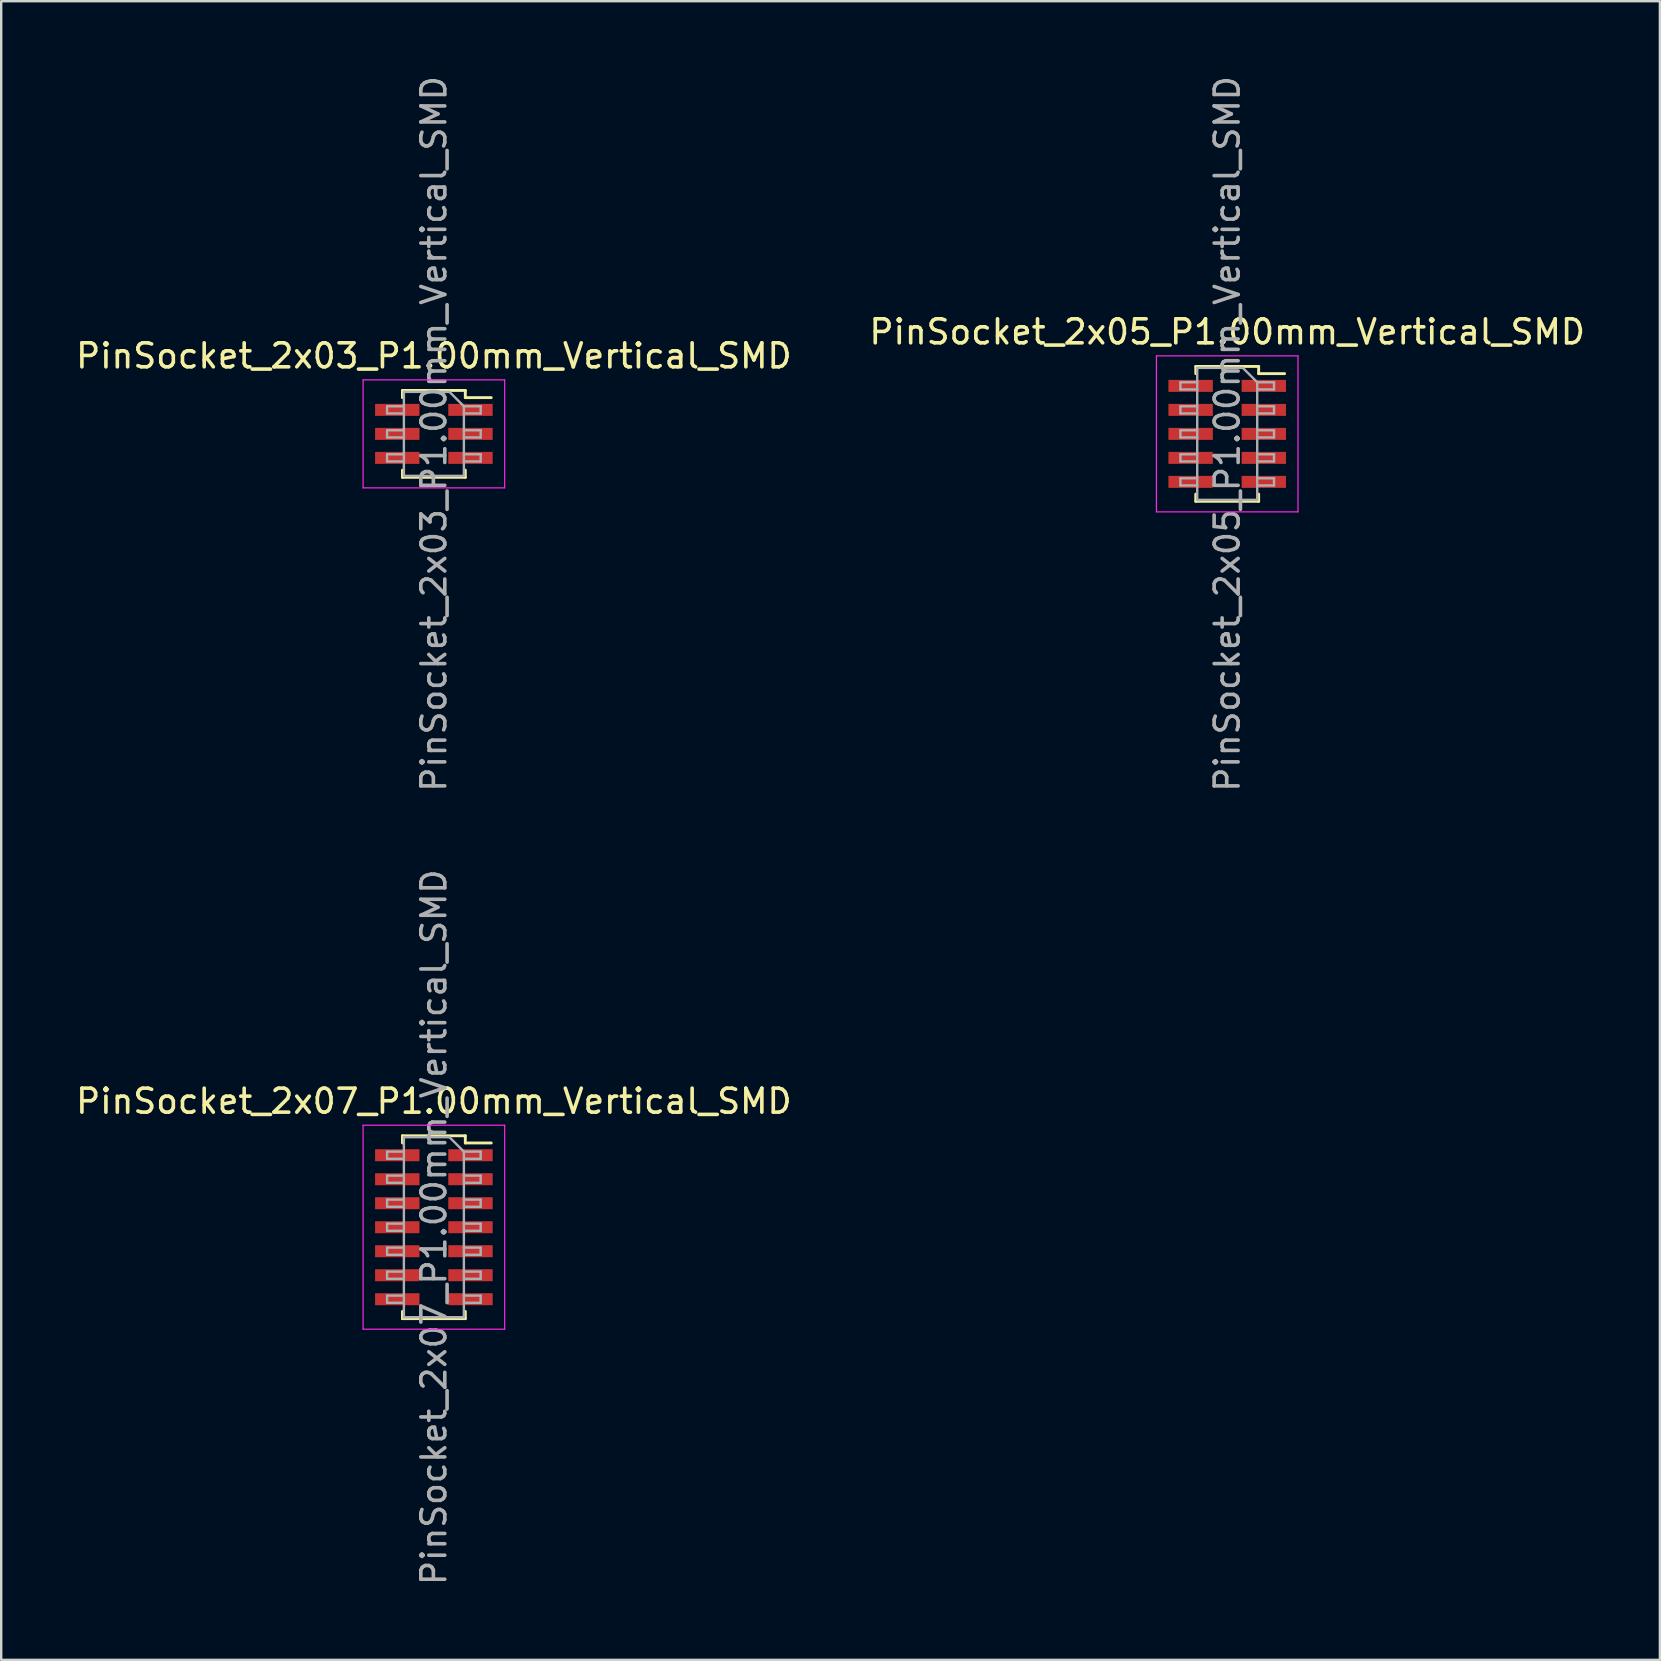
<source format=kicad_pcb>
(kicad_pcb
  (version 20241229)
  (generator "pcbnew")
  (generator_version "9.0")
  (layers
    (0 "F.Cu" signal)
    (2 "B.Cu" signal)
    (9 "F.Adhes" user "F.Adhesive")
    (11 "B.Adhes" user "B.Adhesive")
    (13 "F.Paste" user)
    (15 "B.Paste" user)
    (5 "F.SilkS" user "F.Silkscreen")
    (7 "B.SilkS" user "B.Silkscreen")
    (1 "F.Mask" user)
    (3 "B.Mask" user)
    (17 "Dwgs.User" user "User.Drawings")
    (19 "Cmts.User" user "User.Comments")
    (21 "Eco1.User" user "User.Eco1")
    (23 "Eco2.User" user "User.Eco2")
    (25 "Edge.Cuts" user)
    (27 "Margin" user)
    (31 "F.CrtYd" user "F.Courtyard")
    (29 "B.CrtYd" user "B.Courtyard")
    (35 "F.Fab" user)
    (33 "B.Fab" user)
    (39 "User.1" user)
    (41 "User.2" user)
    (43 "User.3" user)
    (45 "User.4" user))
  (footprint "PinSocket_2x07_P1.00mm_Vertical_SMD"
    (layer "F.Cu")
    (at 15.03 48.089)
    (property "Reference" "PinSocket_2x07_P1.00mm_Vertical_SMD" (at 0 -5.25 0) (layer "F.SilkS") (effects (font (size 1 1) (thickness 0.15))))
    (attr smd)
    (fp_line (start -1.31 -3.81) (end -1.31 -3.51) (stroke (width 0.12) (type solid)) (layer "F.SilkS"))
    (fp_line (start -1.31 -3.81) (end 1.31 -3.81) (stroke (width 0.12) (type solid)) (layer "F.SilkS"))
    (fp_line (start -1.31 3.51) (end -1.31 3.81) (stroke (width 0.12) (type solid)) (layer "F.SilkS"))
    (fp_line (start -1.31 3.81) (end 1.31 3.81) (stroke (width 0.12) (type solid)) (layer "F.SilkS"))
    (fp_line (start 1.31 -3.81) (end 1.31 -3.51) (stroke (width 0.12) (type solid)) (layer "F.SilkS"))
    (fp_line (start 1.31 -3.51) (end 2.39 -3.51) (stroke (width 0.12) (type solid)) (layer "F.SilkS"))
    (fp_line (start 1.31 3.51) (end 1.31 3.81) (stroke (width 0.12) (type solid)) (layer "F.SilkS"))
    (fp_line (start -2.95 -4.25) (end 2.95 -4.25) (stroke (width 0.05) (type solid)) (layer "F.CrtYd"))
    (fp_line (start -2.95 4.25) (end -2.95 -4.25) (stroke (width 0.05) (type solid)) (layer "F.CrtYd"))
    (fp_line (start 2.95 -4.25) (end 2.95 4.25) (stroke (width 0.05) (type solid)) (layer "F.CrtYd"))
    (fp_line (start 2.95 4.25) (end -2.95 4.25) (stroke (width 0.05) (type solid)) (layer "F.CrtYd"))
    (fp_line (start -1.95 -3.15) (end -1.25 -3.15) (stroke (width 0.1) (type solid)) (layer "F.Fab"))
    (fp_line (start -1.95 -2.85) (end -1.95 -3.15) (stroke (width 0.1) (type solid)) (layer "F.Fab"))
    (fp_line (start -1.95 -2.15) (end -1.25 -2.15) (stroke (width 0.1) (type solid)) (layer "F.Fab"))
    (fp_line (start -1.95 -1.85) (end -1.95 -2.15) (stroke (width 0.1) (type solid)) (layer "F.Fab"))
    (fp_line (start -1.95 -1.15) (end -1.25 -1.15) (stroke (width 0.1) (type solid)) (layer "F.Fab"))
    (fp_line (start -1.95 -0.85) (end -1.95 -1.15) (stroke (width 0.1) (type solid)) (layer "F.Fab"))
    (fp_line (start -1.95 -0.15) (end -1.25 -0.15) (stroke (width 0.1) (type solid)) (layer "F.Fab"))
    (fp_line (start -1.95 0.15) (end -1.95 -0.15) (stroke (width 0.1) (type solid)) (layer "F.Fab"))
    (fp_line (start -1.95 0.85) (end -1.25 0.85) (stroke (width 0.1) (type solid)) (layer "F.Fab"))
    (fp_line (start -1.95 1.15) (end -1.95 0.85) (stroke (width 0.1) (type solid)) (layer "F.Fab"))
    (fp_line (start -1.95 1.85) (end -1.25 1.85) (stroke (width 0.1) (type solid)) (layer "F.Fab"))
    (fp_line (start -1.95 2.15) (end -1.95 1.85) (stroke (width 0.1) (type solid)) (layer "F.Fab"))
    (fp_line (start -1.95 2.85) (end -1.25 2.85) (stroke (width 0.1) (type solid)) (layer "F.Fab"))
    (fp_line (start -1.95 3.15) (end -1.95 2.85) (stroke (width 0.1) (type solid)) (layer "F.Fab"))
    (fp_line (start -1.25 -3.75) (end 0.65 -3.75) (stroke (width 0.1) (type solid)) (layer "F.Fab"))
    (fp_line (start -1.25 -2.85) (end -1.95 -2.85) (stroke (width 0.1) (type solid)) (layer "F.Fab"))
    (fp_line (start -1.25 -1.85) (end -1.95 -1.85) (stroke (width 0.1) (type solid)) (layer "F.Fab"))
    (fp_line (start -1.25 -0.85) (end -1.95 -0.85) (stroke (width 0.1) (type solid)) (layer "F.Fab"))
    (fp_line (start -1.25 0.15) (end -1.95 0.15) (stroke (width 0.1) (type solid)) (layer "F.Fab"))
    (fp_line (start -1.25 1.15) (end -1.95 1.15) (stroke (width 0.1) (type solid)) (layer "F.Fab"))
    (fp_line (start -1.25 2.15) (end -1.95 2.15) (stroke (width 0.1) (type solid)) (layer "F.Fab"))
    (fp_line (start -1.25 3.15) (end -1.95 3.15) (stroke (width 0.1) (type solid)) (layer "F.Fab"))
    (fp_line (start -1.25 3.75) (end -1.25 -3.75) (stroke (width 0.1) (type solid)) (layer "F.Fab"))
    (fp_line (start 0.65 -3.75) (end 1.25 -3.15) (stroke (width 0.1) (type solid)) (layer "F.Fab"))
    (fp_line (start 1.25 -3.15) (end 1.25 3.75) (stroke (width 0.1) (type solid)) (layer "F.Fab"))
    (fp_line (start 1.25 -3.15) (end 1.95 -3.15) (stroke (width 0.1) (type solid)) (layer "F.Fab"))
    (fp_line (start 1.25 -2.15) (end 1.95 -2.15) (stroke (width 0.1) (type solid)) (layer "F.Fab"))
    (fp_line (start 1.25 -1.15) (end 1.95 -1.15) (stroke (width 0.1) (type solid)) (layer "F.Fab"))
    (fp_line (start 1.25 -0.15) (end 1.95 -0.15) (stroke (width 0.1) (type solid)) (layer "F.Fab"))
    (fp_line (start 1.25 0.85) (end 1.95 0.85) (stroke (width 0.1) (type solid)) (layer "F.Fab"))
    (fp_line (start 1.25 1.85) (end 1.95 1.85) (stroke (width 0.1) (type solid)) (layer "F.Fab"))
    (fp_line (start 1.25 2.85) (end 1.95 2.85) (stroke (width 0.1) (type solid)) (layer "F.Fab"))
    (fp_line (start 1.25 3.75) (end -1.25 3.75) (stroke (width 0.1) (type solid)) (layer "F.Fab"))
    (fp_line (start 1.95 -3.15) (end 1.95 -2.85) (stroke (width 0.1) (type solid)) (layer "F.Fab"))
    (fp_line (start 1.95 -2.85) (end 1.25 -2.85) (stroke (width 0.1) (type solid)) (layer "F.Fab"))
    (fp_line (start 1.95 -2.15) (end 1.95 -1.85) (stroke (width 0.1) (type solid)) (layer "F.Fab"))
    (fp_line (start 1.95 -1.85) (end 1.25 -1.85) (stroke (width 0.1) (type solid)) (layer "F.Fab"))
    (fp_line (start 1.95 -1.15) (end 1.95 -0.85) (stroke (width 0.1) (type solid)) (layer "F.Fab"))
    (fp_line (start 1.95 -0.85) (end 1.25 -0.85) (stroke (width 0.1) (type solid)) (layer "F.Fab"))
    (fp_line (start 1.95 -0.15) (end 1.95 0.15) (stroke (width 0.1) (type solid)) (layer "F.Fab"))
    (fp_line (start 1.95 0.15) (end 1.25 0.15) (stroke (width 0.1) (type solid)) (layer "F.Fab"))
    (fp_line (start 1.95 0.85) (end 1.95 1.15) (stroke (width 0.1) (type solid)) (layer "F.Fab"))
    (fp_line (start 1.95 1.15) (end 1.25 1.15) (stroke (width 0.1) (type solid)) (layer "F.Fab"))
    (fp_line (start 1.95 1.85) (end 1.95 2.15) (stroke (width 0.1) (type solid)) (layer "F.Fab"))
    (fp_line (start 1.95 2.15) (end 1.25 2.15) (stroke (width 0.1) (type solid)) (layer "F.Fab"))
    (fp_line (start 1.95 2.85) (end 1.95 3.15) (stroke (width 0.1) (type solid)) (layer "F.Fab"))
    (fp_line (start 1.95 3.15) (end 1.25 3.15) (stroke (width 0.1) (type solid)) (layer "F.Fab"))
    (fp_text user "${REFERENCE}" (at 0 0 90) (layer "F.Fab") (effects (font (size 1 1) (thickness 0.15))))
    (pad "1" smd rect (at 1.525 -3) (size 1.85 0.5) (layers "F.Cu" "F.Mask" "F.Paste"))
    (pad "2" smd rect (at -1.525 -3) (size 1.85 0.5) (layers "F.Cu" "F.Mask" "F.Paste"))
    (pad "3" smd rect (at 1.525 -2) (size 1.85 0.5) (layers "F.Cu" "F.Mask" "F.Paste"))
    (pad "4" smd rect (at -1.525 -2) (size 1.85 0.5) (layers "F.Cu" "F.Mask" "F.Paste"))
    (pad "5" smd rect (at 1.525 -1) (size 1.85 0.5) (layers "F.Cu" "F.Mask" "F.Paste"))
    (pad "6" smd rect (at -1.525 -1) (size 1.85 0.5) (layers "F.Cu" "F.Mask" "F.Paste"))
    (pad "7" smd rect (at 1.525 0) (size 1.85 0.5) (layers "F.Cu" "F.Mask" "F.Paste"))
    (pad "8" smd rect (at -1.525 0) (size 1.85 0.5) (layers "F.Cu" "F.Mask" "F.Paste"))
    (pad "9" smd rect (at 1.525 1) (size 1.85 0.5) (layers "F.Cu" "F.Mask" "F.Paste"))
    (pad "10" smd rect (at -1.525 1) (size 1.85 0.5) (layers "F.Cu" "F.Mask" "F.Paste"))
    (pad "11" smd rect (at 1.525 2) (size 1.85 0.5) (layers "F.Cu" "F.Mask" "F.Paste"))
    (pad "12" smd rect (at -1.525 2) (size 1.85 0.5) (layers "F.Cu" "F.Mask" "F.Paste"))
    (pad "13" smd rect (at 1.525 3) (size 1.85 0.5) (layers "F.Cu" "F.Mask" "F.Paste"))
    (pad "14" smd rect (at -1.525 3) (size 1.85 0.5) (layers "F.Cu" "F.Mask" "F.Paste")))
  (footprint "PinSocket_2x05_P1.00mm_Vertical_SMD"
    (layer "F.Cu")
    (at 48.089 15.03)
    (property "Reference" "PinSocket_2x05_P1.00mm_Vertical_SMD" (at 0 -4.25 0) (layer "F.SilkS") (effects (font (size 1 1) (thickness 0.15))))
    (attr smd)
    (fp_line (start -1.31 -2.81) (end -1.31 -2.51) (stroke (width 0.12) (type solid)) (layer "F.SilkS"))
    (fp_line (start -1.31 -2.81) (end 1.31 -2.81) (stroke (width 0.12) (type solid)) (layer "F.SilkS"))
    (fp_line (start -1.31 2.51) (end -1.31 2.81) (stroke (width 0.12) (type solid)) (layer "F.SilkS"))
    (fp_line (start -1.31 2.81) (end 1.31 2.81) (stroke (width 0.12) (type solid)) (layer "F.SilkS"))
    (fp_line (start 1.31 -2.81) (end 1.31 -2.51) (stroke (width 0.12) (type solid)) (layer "F.SilkS"))
    (fp_line (start 1.31 -2.51) (end 2.39 -2.51) (stroke (width 0.12) (type solid)) (layer "F.SilkS"))
    (fp_line (start 1.31 2.51) (end 1.31 2.81) (stroke (width 0.12) (type solid)) (layer "F.SilkS"))
    (fp_line (start -2.95 -3.25) (end 2.95 -3.25) (stroke (width 0.05) (type solid)) (layer "F.CrtYd"))
    (fp_line (start -2.95 3.25) (end -2.95 -3.25) (stroke (width 0.05) (type solid)) (layer "F.CrtYd"))
    (fp_line (start 2.95 -3.25) (end 2.95 3.25) (stroke (width 0.05) (type solid)) (layer "F.CrtYd"))
    (fp_line (start 2.95 3.25) (end -2.95 3.25) (stroke (width 0.05) (type solid)) (layer "F.CrtYd"))
    (fp_line (start -1.95 -2.15) (end -1.25 -2.15) (stroke (width 0.1) (type solid)) (layer "F.Fab"))
    (fp_line (start -1.95 -1.85) (end -1.95 -2.15) (stroke (width 0.1) (type solid)) (layer "F.Fab"))
    (fp_line (start -1.95 -1.15) (end -1.25 -1.15) (stroke (width 0.1) (type solid)) (layer "F.Fab"))
    (fp_line (start -1.95 -0.85) (end -1.95 -1.15) (stroke (width 0.1) (type solid)) (layer "F.Fab"))
    (fp_line (start -1.95 -0.15) (end -1.25 -0.15) (stroke (width 0.1) (type solid)) (layer "F.Fab"))
    (fp_line (start -1.95 0.15) (end -1.95 -0.15) (stroke (width 0.1) (type solid)) (layer "F.Fab"))
    (fp_line (start -1.95 0.85) (end -1.25 0.85) (stroke (width 0.1) (type solid)) (layer "F.Fab"))
    (fp_line (start -1.95 1.15) (end -1.95 0.85) (stroke (width 0.1) (type solid)) (layer "F.Fab"))
    (fp_line (start -1.95 1.85) (end -1.25 1.85) (stroke (width 0.1) (type solid)) (layer "F.Fab"))
    (fp_line (start -1.95 2.15) (end -1.95 1.85) (stroke (width 0.1) (type solid)) (layer "F.Fab"))
    (fp_line (start -1.25 -2.75) (end 0.65 -2.75) (stroke (width 0.1) (type solid)) (layer "F.Fab"))
    (fp_line (start -1.25 -1.85) (end -1.95 -1.85) (stroke (width 0.1) (type solid)) (layer "F.Fab"))
    (fp_line (start -1.25 -0.85) (end -1.95 -0.85) (stroke (width 0.1) (type solid)) (layer "F.Fab"))
    (fp_line (start -1.25 0.15) (end -1.95 0.15) (stroke (width 0.1) (type solid)) (layer "F.Fab"))
    (fp_line (start -1.25 1.15) (end -1.95 1.15) (stroke (width 0.1) (type solid)) (layer "F.Fab"))
    (fp_line (start -1.25 2.15) (end -1.95 2.15) (stroke (width 0.1) (type solid)) (layer "F.Fab"))
    (fp_line (start -1.25 2.75) (end -1.25 -2.75) (stroke (width 0.1) (type solid)) (layer "F.Fab"))
    (fp_line (start 0.65 -2.75) (end 1.25 -2.15) (stroke (width 0.1) (type solid)) (layer "F.Fab"))
    (fp_line (start 1.25 -2.15) (end 1.25 2.75) (stroke (width 0.1) (type solid)) (layer "F.Fab"))
    (fp_line (start 1.25 -2.15) (end 1.95 -2.15) (stroke (width 0.1) (type solid)) (layer "F.Fab"))
    (fp_line (start 1.25 -1.15) (end 1.95 -1.15) (stroke (width 0.1) (type solid)) (layer "F.Fab"))
    (fp_line (start 1.25 -0.15) (end 1.95 -0.15) (stroke (width 0.1) (type solid)) (layer "F.Fab"))
    (fp_line (start 1.25 0.85) (end 1.95 0.85) (stroke (width 0.1) (type solid)) (layer "F.Fab"))
    (fp_line (start 1.25 1.85) (end 1.95 1.85) (stroke (width 0.1) (type solid)) (layer "F.Fab"))
    (fp_line (start 1.25 2.75) (end -1.25 2.75) (stroke (width 0.1) (type solid)) (layer "F.Fab"))
    (fp_line (start 1.95 -2.15) (end 1.95 -1.85) (stroke (width 0.1) (type solid)) (layer "F.Fab"))
    (fp_line (start 1.95 -1.85) (end 1.25 -1.85) (stroke (width 0.1) (type solid)) (layer "F.Fab"))
    (fp_line (start 1.95 -1.15) (end 1.95 -0.85) (stroke (width 0.1) (type solid)) (layer "F.Fab"))
    (fp_line (start 1.95 -0.85) (end 1.25 -0.85) (stroke (width 0.1) (type solid)) (layer "F.Fab"))
    (fp_line (start 1.95 -0.15) (end 1.95 0.15) (stroke (width 0.1) (type solid)) (layer "F.Fab"))
    (fp_line (start 1.95 0.15) (end 1.25 0.15) (stroke (width 0.1) (type solid)) (layer "F.Fab"))
    (fp_line (start 1.95 0.85) (end 1.95 1.15) (stroke (width 0.1) (type solid)) (layer "F.Fab"))
    (fp_line (start 1.95 1.15) (end 1.25 1.15) (stroke (width 0.1) (type solid)) (layer "F.Fab"))
    (fp_line (start 1.95 1.85) (end 1.95 2.15) (stroke (width 0.1) (type solid)) (layer "F.Fab"))
    (fp_line (start 1.95 2.15) (end 1.25 2.15) (stroke (width 0.1) (type solid)) (layer "F.Fab"))
    (fp_text user "${REFERENCE}" (at 0 0 90) (layer "F.Fab") (effects (font (size 1 1) (thickness 0.15))))
    (pad "1" smd rect (at 1.525 -2) (size 1.85 0.5) (layers "F.Cu" "F.Mask" "F.Paste"))
    (pad "2" smd rect (at -1.525 -2) (size 1.85 0.5) (layers "F.Cu" "F.Mask" "F.Paste"))
    (pad "3" smd rect (at 1.525 -1) (size 1.85 0.5) (layers "F.Cu" "F.Mask" "F.Paste"))
    (pad "4" smd rect (at -1.525 -1) (size 1.85 0.5) (layers "F.Cu" "F.Mask" "F.Paste"))
    (pad "5" smd rect (at 1.525 0) (size 1.85 0.5) (layers "F.Cu" "F.Mask" "F.Paste"))
    (pad "6" smd rect (at -1.525 0) (size 1.85 0.5) (layers "F.Cu" "F.Mask" "F.Paste"))
    (pad "7" smd rect (at 1.525 1) (size 1.85 0.5) (layers "F.Cu" "F.Mask" "F.Paste"))
    (pad "8" smd rect (at -1.525 1) (size 1.85 0.5) (layers "F.Cu" "F.Mask" "F.Paste"))
    (pad "9" smd rect (at 1.525 2) (size 1.85 0.5) (layers "F.Cu" "F.Mask" "F.Paste"))
    (pad "10" smd rect (at -1.525 2) (size 1.85 0.5) (layers "F.Cu" "F.Mask" "F.Paste")))
  (footprint "PinSocket_2x03_P1.00mm_Vertical_SMD"
    (layer "F.Cu")
    (at 15.03 15.03)
    (property "Reference" "PinSocket_2x03_P1.00mm_Vertical_SMD" (at 0 -3.25 0) (layer "F.SilkS") (effects (font (size 1 1) (thickness 0.15))))
    (attr smd)
    (fp_line (start -1.31 -1.81) (end -1.31 -1.51) (stroke (width 0.12) (type solid)) (layer "F.SilkS"))
    (fp_line (start -1.31 -1.81) (end 1.31 -1.81) (stroke (width 0.12) (type solid)) (layer "F.SilkS"))
    (fp_line (start -1.31 1.51) (end -1.31 1.81) (stroke (width 0.12) (type solid)) (layer "F.SilkS"))
    (fp_line (start -1.31 1.81) (end 1.31 1.81) (stroke (width 0.12) (type solid)) (layer "F.SilkS"))
    (fp_line (start 1.31 -1.81) (end 1.31 -1.51) (stroke (width 0.12) (type solid)) (layer "F.SilkS"))
    (fp_line (start 1.31 -1.51) (end 2.39 -1.51) (stroke (width 0.12) (type solid)) (layer "F.SilkS"))
    (fp_line (start 1.31 1.51) (end 1.31 1.81) (stroke (width 0.12) (type solid)) (layer "F.SilkS"))
    (fp_line (start -2.95 -2.25) (end 2.95 -2.25) (stroke (width 0.05) (type solid)) (layer "F.CrtYd"))
    (fp_line (start -2.95 2.25) (end -2.95 -2.25) (stroke (width 0.05) (type solid)) (layer "F.CrtYd"))
    (fp_line (start 2.95 -2.25) (end 2.95 2.25) (stroke (width 0.05) (type solid)) (layer "F.CrtYd"))
    (fp_line (start 2.95 2.25) (end -2.95 2.25) (stroke (width 0.05) (type solid)) (layer "F.CrtYd"))
    (fp_line (start -1.95 -1.15) (end -1.25 -1.15) (stroke (width 0.1) (type solid)) (layer "F.Fab"))
    (fp_line (start -1.95 -0.85) (end -1.95 -1.15) (stroke (width 0.1) (type solid)) (layer "F.Fab"))
    (fp_line (start -1.95 -0.15) (end -1.25 -0.15) (stroke (width 0.1) (type solid)) (layer "F.Fab"))
    (fp_line (start -1.95 0.15) (end -1.95 -0.15) (stroke (width 0.1) (type solid)) (layer "F.Fab"))
    (fp_line (start -1.95 0.85) (end -1.25 0.85) (stroke (width 0.1) (type solid)) (layer "F.Fab"))
    (fp_line (start -1.95 1.15) (end -1.95 0.85) (stroke (width 0.1) (type solid)) (layer "F.Fab"))
    (fp_line (start -1.25 -1.75) (end 0.65 -1.75) (stroke (width 0.1) (type solid)) (layer "F.Fab"))
    (fp_line (start -1.25 -0.85) (end -1.95 -0.85) (stroke (width 0.1) (type solid)) (layer "F.Fab"))
    (fp_line (start -1.25 0.15) (end -1.95 0.15) (stroke (width 0.1) (type solid)) (layer "F.Fab"))
    (fp_line (start -1.25 1.15) (end -1.95 1.15) (stroke (width 0.1) (type solid)) (layer "F.Fab"))
    (fp_line (start -1.25 1.75) (end -1.25 -1.75) (stroke (width 0.1) (type solid)) (layer "F.Fab"))
    (fp_line (start 0.65 -1.75) (end 1.25 -1.15) (stroke (width 0.1) (type solid)) (layer "F.Fab"))
    (fp_line (start 1.25 -1.15) (end 1.25 1.75) (stroke (width 0.1) (type solid)) (layer "F.Fab"))
    (fp_line (start 1.25 -1.15) (end 1.95 -1.15) (stroke (width 0.1) (type solid)) (layer "F.Fab"))
    (fp_line (start 1.25 -0.15) (end 1.95 -0.15) (stroke (width 0.1) (type solid)) (layer "F.Fab"))
    (fp_line (start 1.25 0.85) (end 1.95 0.85) (stroke (width 0.1) (type solid)) (layer "F.Fab"))
    (fp_line (start 1.25 1.75) (end -1.25 1.75) (stroke (width 0.1) (type solid)) (layer "F.Fab"))
    (fp_line (start 1.95 -1.15) (end 1.95 -0.85) (stroke (width 0.1) (type solid)) (layer "F.Fab"))
    (fp_line (start 1.95 -0.85) (end 1.25 -0.85) (stroke (width 0.1) (type solid)) (layer "F.Fab"))
    (fp_line (start 1.95 -0.15) (end 1.95 0.15) (stroke (width 0.1) (type solid)) (layer "F.Fab"))
    (fp_line (start 1.95 0.15) (end 1.25 0.15) (stroke (width 0.1) (type solid)) (layer "F.Fab"))
    (fp_line (start 1.95 0.85) (end 1.95 1.15) (stroke (width 0.1) (type solid)) (layer "F.Fab"))
    (fp_line (start 1.95 1.15) (end 1.25 1.15) (stroke (width 0.1) (type solid)) (layer "F.Fab"))
    (fp_text user "${REFERENCE}" (at 0 0 90) (layer "F.Fab") (effects (font (size 1 1) (thickness 0.15))))
    (pad "1" smd rect (at 1.525 -1) (size 1.85 0.5) (layers "F.Cu" "F.Mask" "F.Paste"))
    (pad "2" smd rect (at -1.525 -1) (size 1.85 0.5) (layers "F.Cu" "F.Mask" "F.Paste"))
    (pad "3" smd rect (at 1.525 0) (size 1.85 0.5) (layers "F.Cu" "F.Mask" "F.Paste"))
    (pad "4" smd rect (at -1.525 0) (size 1.85 0.5) (layers "F.Cu" "F.Mask" "F.Paste"))
    (pad "5" smd rect (at 1.525 1) (size 1.85 0.5) (layers "F.Cu" "F.Mask" "F.Paste"))
    (pad "6" smd rect (at -1.525 1) (size 1.85 0.5) (layers "F.Cu" "F.Mask" "F.Paste")))
  (gr_rect
    (start -3 -3)
    (end 66.119 66.119)
    (stroke (width 0.1) (type default))
    (fill no)
    (layer "Edge.Cuts")))
</source>
